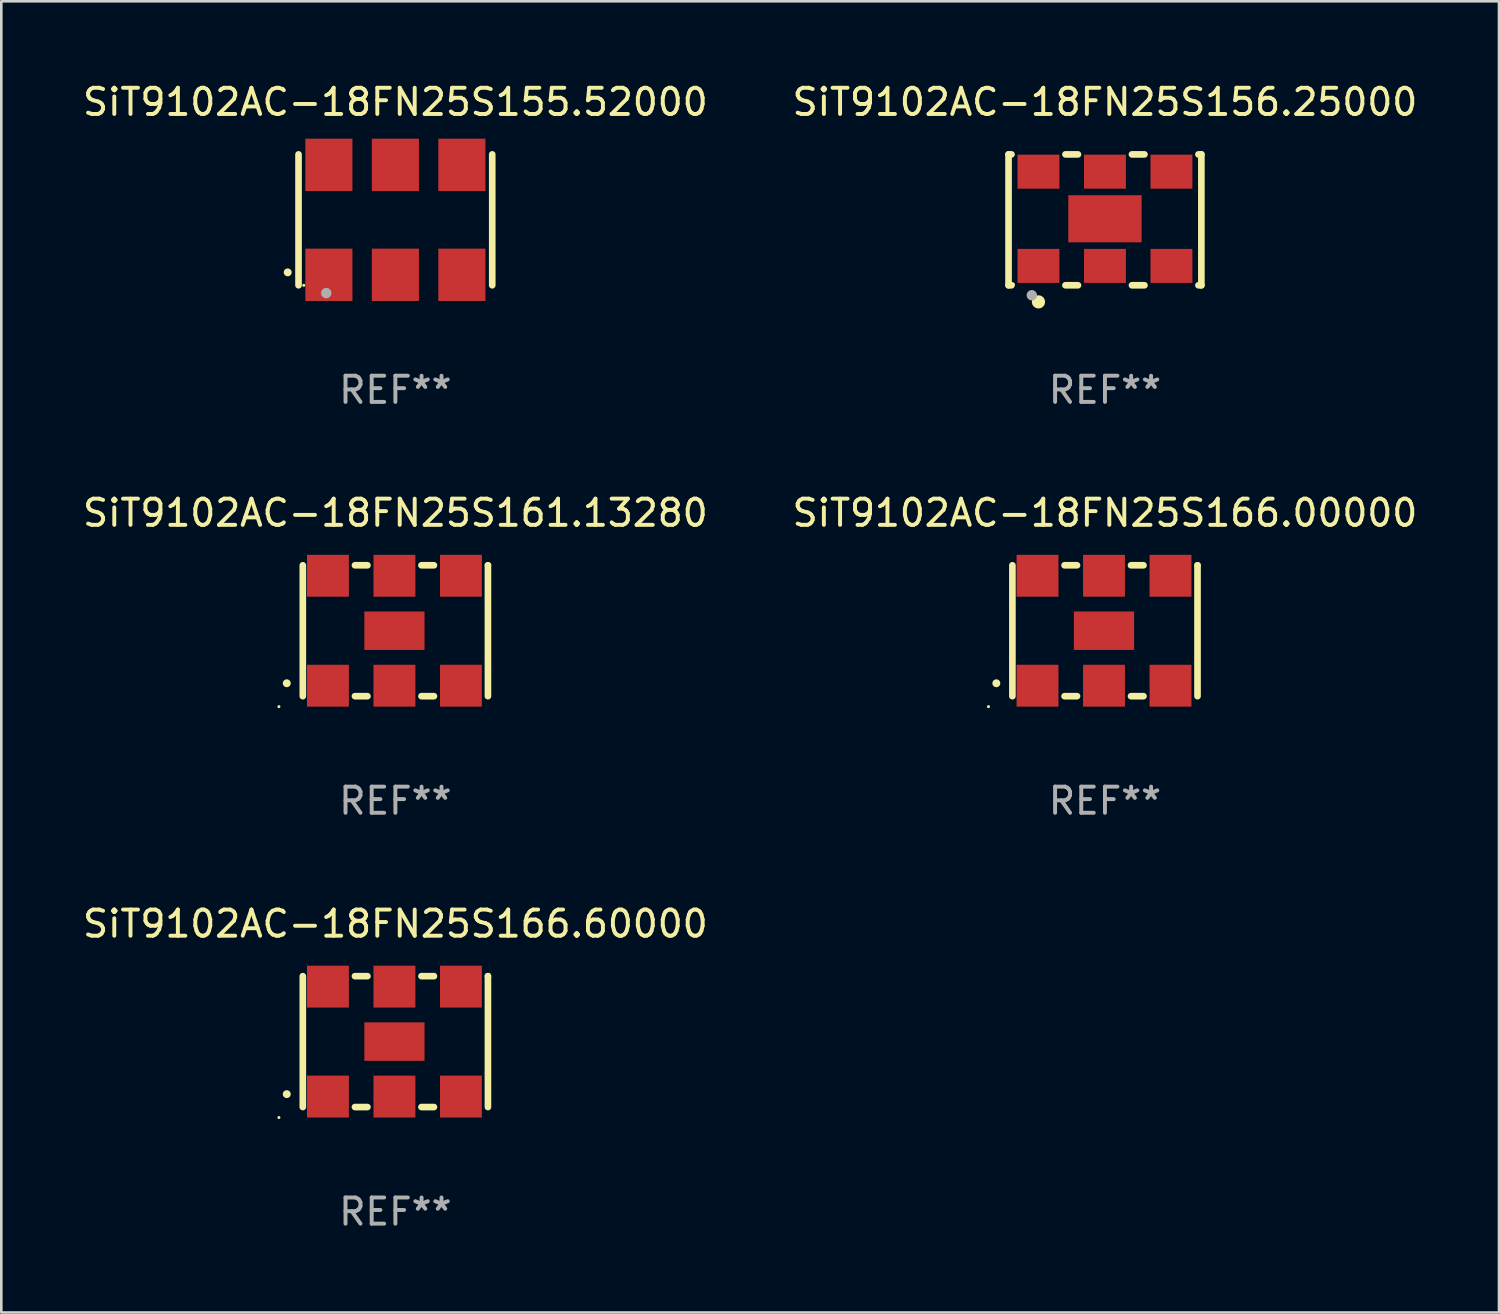
<source format=kicad_pcb>
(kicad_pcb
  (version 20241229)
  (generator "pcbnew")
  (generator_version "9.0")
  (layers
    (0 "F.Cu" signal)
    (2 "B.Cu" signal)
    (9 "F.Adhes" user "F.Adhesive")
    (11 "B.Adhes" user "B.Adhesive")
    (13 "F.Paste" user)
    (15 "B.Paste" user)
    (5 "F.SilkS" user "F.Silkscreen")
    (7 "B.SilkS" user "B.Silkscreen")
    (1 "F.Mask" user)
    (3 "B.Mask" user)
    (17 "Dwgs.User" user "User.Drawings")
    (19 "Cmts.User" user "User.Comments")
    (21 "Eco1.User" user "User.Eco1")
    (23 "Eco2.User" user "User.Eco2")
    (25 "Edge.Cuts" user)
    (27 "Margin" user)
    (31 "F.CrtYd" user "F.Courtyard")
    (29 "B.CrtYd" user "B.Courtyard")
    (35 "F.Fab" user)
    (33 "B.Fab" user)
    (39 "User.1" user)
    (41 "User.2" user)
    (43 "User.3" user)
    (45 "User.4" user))
  (footprint "SiT9102AC-18FN25S166.00000"
    (layer "F.Cu")
    (at 39.161 21.045)
    (property "Reference" "SiT9102AC-18FN25S166.00000" (at 0 -4.5 0) (layer "F.SilkS") (effects (font (size 1 1) (thickness 0.15))))
    (attr through_hole)
    (fp_line (start -3.536 -2.5) (end -3.536 2.5) (stroke (width 0.254) (type solid)) (layer "F.SilkS"))
    (fp_line (start -1.544 2.5) (end -1.067 2.5) (stroke (width 0.254) (type solid)) (layer "F.SilkS"))
    (fp_line (start -1.067 -2.5) (end -1.544 -2.5) (stroke (width 0.254) (type solid)) (layer "F.SilkS"))
    (fp_line (start 0.996 2.5) (end 1.473 2.5) (stroke (width 0.254) (type solid)) (layer "F.SilkS"))
    (fp_line (start 1.473 -2.5) (end 0.996 -2.5) (stroke (width 0.254) (type solid)) (layer "F.SilkS"))
    (fp_line (start 3.536 -2.5) (end 3.536 -2.5) (stroke (width 0.254) (type solid)) (layer "F.SilkS"))
    (fp_line (start 3.536 2.5) (end 3.536 -2.5) (stroke (width 0.254) (type solid)) (layer "F.SilkS"))
    (fp_arc (start -4.150432 2.006604) (mid -4.149162 2.006599) (end -4.147892 2.006604) (stroke (width 0.3) (type solid)) (layer "F.SilkS"))
    (fp_circle (center -4.449 2.9) (end -4.419 2.9) (stroke (width 0.06) (type solid)) (fill no) (layer "F.SilkS"))
    (fp_text user "REF**" (at 0 6.5 0) (layer "F.Fab") (effects (font (size 1 1) (thickness 0.15))))
    (pad "1" smd rect (at -2.576 2.1) (size 1.6 1.6) (layers "F.Cu" "F.Mask" "F.Paste"))
    (pad "2" smd rect (at -0.036 2.1) (size 1.6 1.6) (layers "F.Cu" "F.Mask" "F.Paste"))
    (pad "3" smd rect (at 2.504 2.1) (size 1.6 1.6) (layers "F.Cu" "F.Mask" "F.Paste"))
    (pad "4" smd rect (at 2.504 -2.1) (size 1.6 1.6) (layers "F.Cu" "F.Mask" "F.Paste"))
    (pad "5" smd rect (at -0.036 -2.1) (size 1.6 1.6) (layers "F.Cu" "F.Mask" "F.Paste"))
    (pad "6" smd rect (at -2.576 -2.1) (size 1.6 1.6) (layers "F.Cu" "F.Mask" "F.Paste"))
    (pad "7" smd rect (at -0.036 0) (size 2.3 1.47) (layers "F.Cu" "F.Mask" "F.Paste")))
  (footprint "SiT9102AC-18FN25S155.52000"
    (layer "F.Cu")
    (at 12.054 5.348)
    (property "Reference" "SiT9102AC-18FN25S155.52000" (at 0 -4.5 0) (layer "F.SilkS") (effects (font (size 1 1) (thickness 0.15))))
    (attr through_hole)
    (fp_line (start -3.7 -2.5) (end -3.7 2.5) (stroke (width 0.254) (type solid)) (layer "F.SilkS"))
    (fp_line (start 3.7 -2.5) (end 3.7 2.5) (stroke (width 0.254) (type solid)) (layer "F.SilkS"))
    (fp_arc (start -4.114415 2.006604) (mid -4.113145 2.006599) (end -4.111875 2.006604) (stroke (width 0.3) (type solid)) (layer "F.SilkS"))
    (fp_circle (center -3.5 2.501) (end -3.47 2.501) (stroke (width 0.06) (type solid)) (fill no) (layer "F.SilkS"))
    (fp_circle (center -2.641 2.799) (end -2.541 2.799) (stroke (width 0.2) (type solid)) (fill no) (layer "F.Fab"))
    (fp_text user "REF**" (at 0 6.5 0) (layer "F.Fab") (effects (font (size 1 1) (thickness 0.15))))
    (pad "1" smd rect (at -2.54 2.1) (size 1.8 2) (layers "F.Cu" "F.Mask" "F.Paste"))
    (pad "2" smd rect (at 0.000394 2.1) (size 1.8 2) (layers "F.Cu" "F.Mask" "F.Paste"))
    (pad "3" smd rect (at 2.54 2.1) (size 1.8 2) (layers "F.Cu" "F.Mask" "F.Paste"))
    (pad "4" smd rect (at 2.54 -2.1) (size 1.8 2) (layers "F.Cu" "F.Mask" "F.Paste"))
    (pad "5" smd rect (at 0.000394 -2.1) (size 1.8 2) (layers "F.Cu" "F.Mask" "F.Paste"))
    (pad "6" smd rect (at -2.54 -2.1) (size 1.8 2) (layers "F.Cu" "F.Mask" "F.Paste")))
  (footprint "SiT9102AC-18FN25S166.60000"
    (layer "F.Cu")
    (at 12.054 36.741)
    (property "Reference" "SiT9102AC-18FN25S166.60000" (at 0 -4.5 0) (layer "F.SilkS") (effects (font (size 1 1) (thickness 0.15))))
    (attr through_hole)
    (fp_line (start -3.536 -2.5) (end -3.536 2.5) (stroke (width 0.254) (type solid)) (layer "F.SilkS"))
    (fp_line (start -1.544 2.5) (end -1.067 2.5) (stroke (width 0.254) (type solid)) (layer "F.SilkS"))
    (fp_line (start -1.067 -2.5) (end -1.544 -2.5) (stroke (width 0.254) (type solid)) (layer "F.SilkS"))
    (fp_line (start 0.996 2.5) (end 1.473 2.5) (stroke (width 0.254) (type solid)) (layer "F.SilkS"))
    (fp_line (start 1.473 -2.5) (end 0.996 -2.5) (stroke (width 0.254) (type solid)) (layer "F.SilkS"))
    (fp_line (start 3.536 -2.5) (end 3.536 -2.5) (stroke (width 0.254) (type solid)) (layer "F.SilkS"))
    (fp_line (start 3.536 2.5) (end 3.536 -2.5) (stroke (width 0.254) (type solid)) (layer "F.SilkS"))
    (fp_arc (start -4.150432 2.006604) (mid -4.149162 2.006599) (end -4.147892 2.006604) (stroke (width 0.3) (type solid)) (layer "F.SilkS"))
    (fp_circle (center -4.449 2.9) (end -4.419 2.9) (stroke (width 0.06) (type solid)) (fill no) (layer "F.SilkS"))
    (fp_text user "REF**" (at 0 6.5 0) (layer "F.Fab") (effects (font (size 1 1) (thickness 0.15))))
    (pad "1" smd rect (at -2.576 2.1) (size 1.6 1.6) (layers "F.Cu" "F.Mask" "F.Paste"))
    (pad "2" smd rect (at -0.036 2.1) (size 1.6 1.6) (layers "F.Cu" "F.Mask" "F.Paste"))
    (pad "3" smd rect (at 2.504 2.1) (size 1.6 1.6) (layers "F.Cu" "F.Mask" "F.Paste"))
    (pad "4" smd rect (at 2.504 -2.1) (size 1.6 1.6) (layers "F.Cu" "F.Mask" "F.Paste"))
    (pad "5" smd rect (at -0.036 -2.1) (size 1.6 1.6) (layers "F.Cu" "F.Mask" "F.Paste"))
    (pad "6" smd rect (at -2.576 -2.1) (size 1.6 1.6) (layers "F.Cu" "F.Mask" "F.Paste"))
    (pad "7" smd rect (at -0.036 0) (size 2.3 1.47) (layers "F.Cu" "F.Mask" "F.Paste")))
  (footprint "SiT9102AC-18FN25S156.25000"
    (layer "F.Cu")
    (at 39.161 5.348)
    (property "Reference" "SiT9102AC-18FN25S156.25000" (at 0 -4.5 0) (layer "F.SilkS") (effects (font (size 1 1) (thickness 0.15))))
    (attr through_hole)
    (fp_line (start -3.683 -2.5) (end -3.571 -2.5) (stroke (width 0.254) (type solid)) (layer "F.SilkS"))
    (fp_line (start -3.683 2.5) (end -3.683 -2.5) (stroke (width 0.254) (type solid)) (layer "F.SilkS"))
    (fp_line (start -3.683 2.5) (end -3.571 2.5) (stroke (width 0.254) (type solid)) (layer "F.SilkS"))
    (fp_line (start -1.509 -2.5) (end -1.031 -2.5) (stroke (width 0.254) (type solid)) (layer "F.SilkS"))
    (fp_line (start -1.509 2.5) (end -1.031 2.5) (stroke (width 0.254) (type solid)) (layer "F.SilkS"))
    (fp_line (start 1.031 -2.5) (end 1.509 -2.5) (stroke (width 0.254) (type solid)) (layer "F.SilkS"))
    (fp_line (start 1.031 2.5) (end 1.509 2.5) (stroke (width 0.254) (type solid)) (layer "F.SilkS"))
    (fp_line (start 3.571 -2.5) (end 3.683 -2.5) (stroke (width 0.254) (type solid)) (layer "F.SilkS"))
    (fp_line (start 3.571 2.5) (end 3.683 2.5) (stroke (width 0.254) (type solid)) (layer "F.SilkS"))
    (fp_line (start 3.683 2.5) (end 3.683 -2.5) (stroke (width 0.254) (type solid)) (layer "F.SilkS"))
    (fp_circle (center -3.5 2.46) (end -3.47 2.46) (stroke (width 0.06) (type solid)) (fill no) (layer "F.SilkS"))
    (fp_circle (center -2.54 3.135) (end -2.413 3.135) (stroke (width 0.254) (type solid)) (fill no) (layer "F.SilkS"))
    (fp_circle (center -2.794 2.881) (end -2.694 2.881) (stroke (width 0.2) (type solid)) (fill no) (layer "F.Fab"))
    (fp_text user "REF**" (at 0 6.5 0) (layer "F.Fab") (effects (font (size 1 1) (thickness 0.15))))
    (pad "1" smd rect (at -2.54 1.76) (size 1.6 1.3) (layers "F.Cu" "F.Mask" "F.Paste"))
    (pad "2" smd rect (at 0 1.76) (size 1.6 1.3) (layers "F.Cu" "F.Mask" "F.Paste"))
    (pad "3" smd rect (at 2.54 1.76) (size 1.6 1.3) (layers "F.Cu" "F.Mask" "F.Paste"))
    (pad "4" smd rect (at 2.54 -1.84) (size 1.6 1.3) (layers "F.Cu" "F.Mask" "F.Paste"))
    (pad "5" smd rect (at 0 -1.84) (size 1.6 1.3) (layers "F.Cu" "F.Mask" "F.Paste"))
    (pad "6" smd rect (at -2.54 -1.84) (size 1.6 1.3) (layers "F.Cu" "F.Mask" "F.Paste"))
    (pad "7" smd rect (at 0 -0.04) (size 2.8 1.8) (layers "F.Cu" "F.Mask" "F.Paste")))
  (footprint "SiT9102AC-18FN25S161.13280"
    (layer "F.Cu")
    (at 12.054 21.045)
    (property "Reference" "SiT9102AC-18FN25S161.13280" (at 0 -4.5 0) (layer "F.SilkS") (effects (font (size 1 1) (thickness 0.15))))
    (attr through_hole)
    (fp_line (start -3.536 -2.5) (end -3.536 2.5) (stroke (width 0.254) (type solid)) (layer "F.SilkS"))
    (fp_line (start -1.544 2.5) (end -1.067 2.5) (stroke (width 0.254) (type solid)) (layer "F.SilkS"))
    (fp_line (start -1.067 -2.5) (end -1.544 -2.5) (stroke (width 0.254) (type solid)) (layer "F.SilkS"))
    (fp_line (start 0.996 2.5) (end 1.473 2.5) (stroke (width 0.254) (type solid)) (layer "F.SilkS"))
    (fp_line (start 1.473 -2.5) (end 0.996 -2.5) (stroke (width 0.254) (type solid)) (layer "F.SilkS"))
    (fp_line (start 3.536 -2.5) (end 3.536 -2.5) (stroke (width 0.254) (type solid)) (layer "F.SilkS"))
    (fp_line (start 3.536 2.5) (end 3.536 -2.5) (stroke (width 0.254) (type solid)) (layer "F.SilkS"))
    (fp_arc (start -4.150432 2.006604) (mid -4.149162 2.006599) (end -4.147892 2.006604) (stroke (width 0.3) (type solid)) (layer "F.SilkS"))
    (fp_circle (center -4.449 2.9) (end -4.419 2.9) (stroke (width 0.06) (type solid)) (fill no) (layer "F.SilkS"))
    (fp_text user "REF**" (at 0 6.5 0) (layer "F.Fab") (effects (font (size 1 1) (thickness 0.15))))
    (pad "1" smd rect (at -2.576 2.1) (size 1.6 1.6) (layers "F.Cu" "F.Mask" "F.Paste"))
    (pad "2" smd rect (at -0.036 2.1) (size 1.6 1.6) (layers "F.Cu" "F.Mask" "F.Paste"))
    (pad "3" smd rect (at 2.504 2.1) (size 1.6 1.6) (layers "F.Cu" "F.Mask" "F.Paste"))
    (pad "4" smd rect (at 2.504 -2.1) (size 1.6 1.6) (layers "F.Cu" "F.Mask" "F.Paste"))
    (pad "5" smd rect (at -0.036 -2.1) (size 1.6 1.6) (layers "F.Cu" "F.Mask" "F.Paste"))
    (pad "6" smd rect (at -2.576 -2.1) (size 1.6 1.6) (layers "F.Cu" "F.Mask" "F.Paste"))
    (pad "7" smd rect (at -0.036 0) (size 2.3 1.47) (layers "F.Cu" "F.Mask" "F.Paste")))
  (gr_rect
    (start -3 -3)
    (end 54.214 47.09)
    (stroke (width 0.1) (type default))
    (fill no)
    (layer "Edge.Cuts")))
</source>
